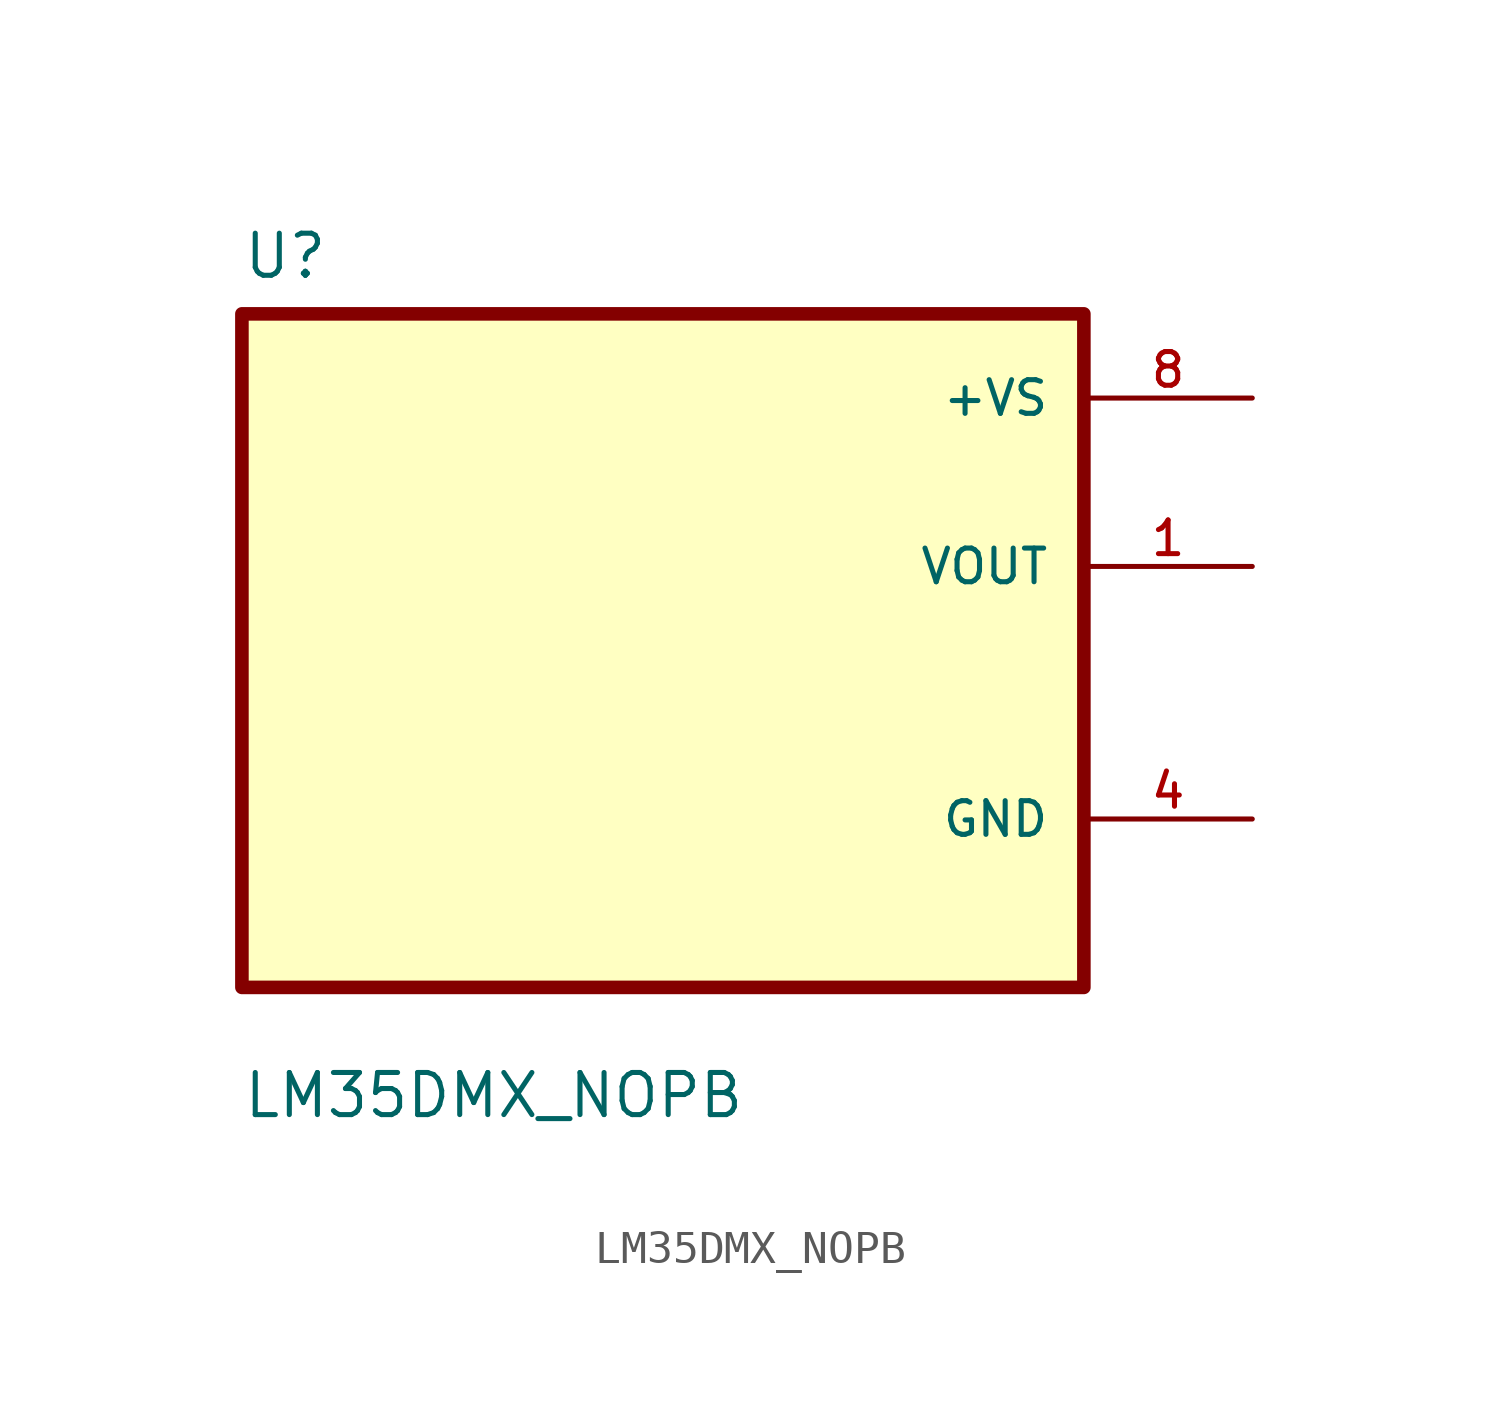
<source format=kicad_sym>
(kicad_symbol_lib
  (version 20211014)
  (generator kicad_symbol_editor)
  (symbol "LM35DMX_NOPB"
    (pin_names
      (offset 1.016))
    (property "Reference" "U"
      (at -12.7 11.16 0.0)
      (effects (font (size 1.27 1.27)) (justify bottom left)))
    (property "Value" "LM35DMX_NOPB"
      (at -12.7 -14.16 0.0)
      (effects (font (size 1.27 1.27)) (justify bottom left)))
    (symbol "LM35DMX_NOPB_0_0"
      (rectangle (start -12.7 -10.16) (end 12.7 10.16) (stroke (width 0.41)) (fill (type background)))
      (pin power_in line (at 17.78 7.62 180.0) (length 5.08) (name "+VS" (effects (font (size 1.016 1.016)))) (number "8" (effects (font (size 1.016 1.016)))))
      (pin output line (at 17.78 2.54 180.0) (length 5.08) (name "VOUT" (effects (font (size 1.016 1.016)))) (number "1" (effects (font (size 1.016 1.016)))))
      (pin power_in line (at 17.78 -5.08 180.0) (length 5.08) (name "GND" (effects (font (size 1.016 1.016)))) (number "4" (effects (font (size 1.016 1.016))))))))
</source>
